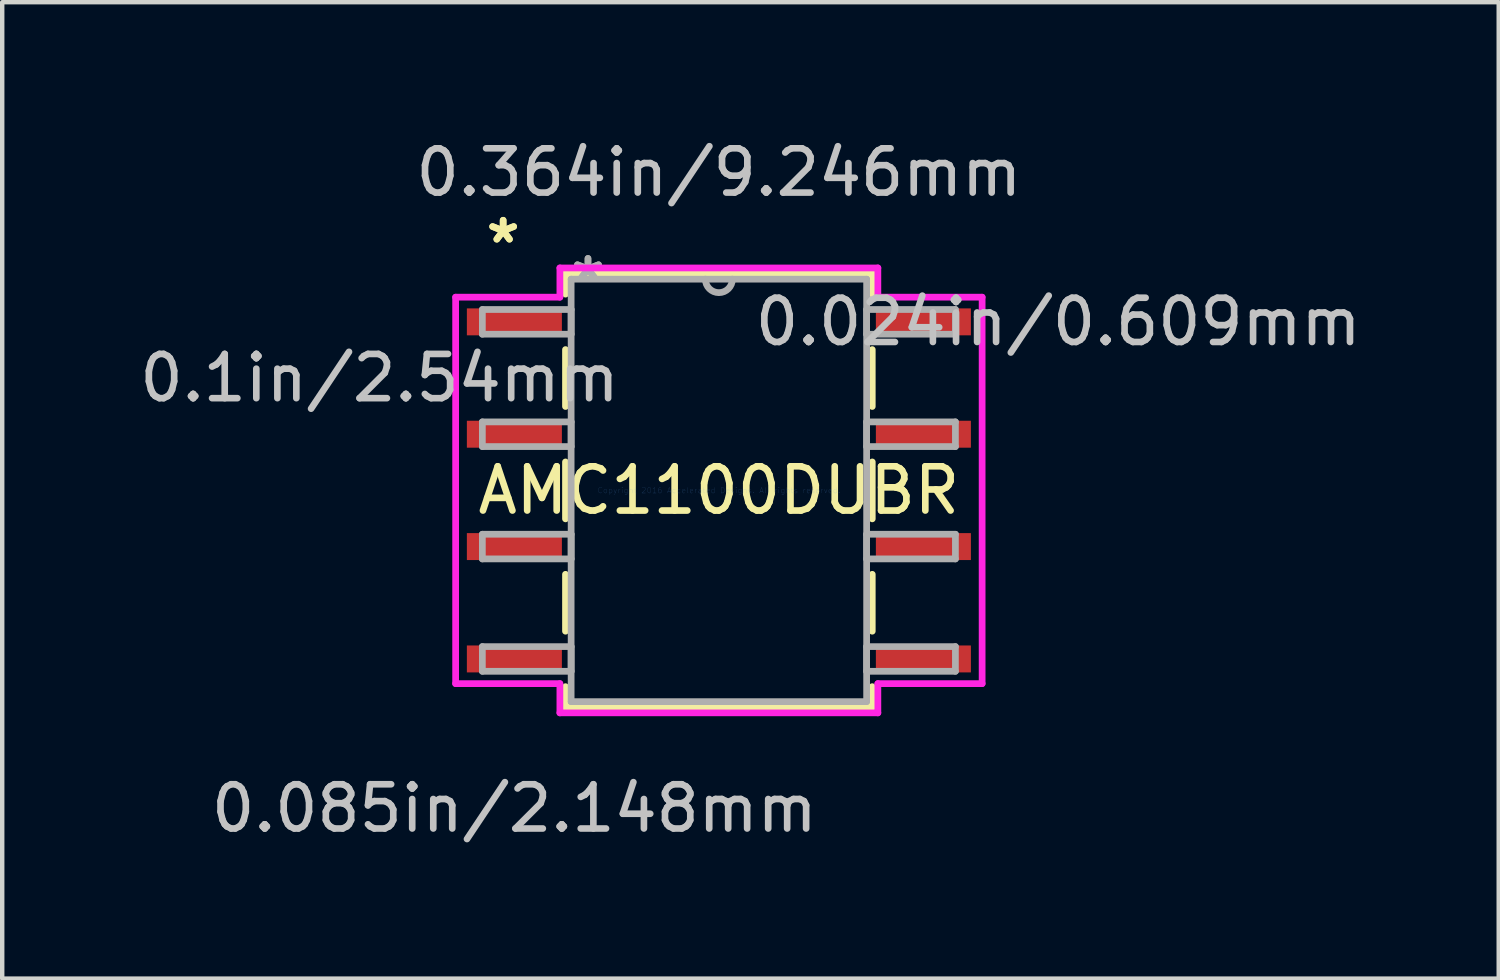
<source format=kicad_pcb>
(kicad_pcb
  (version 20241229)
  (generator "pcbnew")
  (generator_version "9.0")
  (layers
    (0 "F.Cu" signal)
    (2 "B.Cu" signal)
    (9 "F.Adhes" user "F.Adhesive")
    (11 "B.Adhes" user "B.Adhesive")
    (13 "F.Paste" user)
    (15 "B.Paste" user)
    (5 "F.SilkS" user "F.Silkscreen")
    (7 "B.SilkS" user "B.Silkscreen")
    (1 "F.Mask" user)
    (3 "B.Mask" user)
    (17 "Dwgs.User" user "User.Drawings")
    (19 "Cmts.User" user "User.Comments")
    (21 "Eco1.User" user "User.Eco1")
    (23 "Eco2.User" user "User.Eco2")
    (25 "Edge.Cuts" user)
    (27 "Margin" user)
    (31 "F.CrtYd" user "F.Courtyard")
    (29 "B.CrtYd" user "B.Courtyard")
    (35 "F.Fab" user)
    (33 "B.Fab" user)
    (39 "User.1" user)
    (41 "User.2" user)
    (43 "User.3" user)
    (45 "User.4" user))
  (footprint "AMC1100DUBR"
    (layer "F.Cu")
    (at 13.201 8.036)
    (property "Reference" "AMC1100DUBR" (at 0 0 0) (layer "F.SilkS") (effects (font (size 1 1) (thickness 0.15))))
    (attr through_hole)
    (fp_line (start -3.467 -4.902) (end -3.467 -4.437) (stroke (width 0.152) (type solid)) (layer "F.SilkS"))
    (fp_line (start -3.467 -3.183) (end -3.467 -1.897) (stroke (width 0.152) (type solid)) (layer "F.SilkS"))
    (fp_line (start -3.467 -0.643) (end -3.467 0.643) (stroke (width 0.152) (type solid)) (layer "F.SilkS"))
    (fp_line (start -3.467 1.897) (end -3.467 3.183) (stroke (width 0.152) (type solid)) (layer "F.SilkS"))
    (fp_line (start -3.467 4.437) (end -3.467 4.902) (stroke (width 0.152) (type solid)) (layer "F.SilkS"))
    (fp_line (start -3.467 4.902) (end 3.467 4.902) (stroke (width 0.152) (type solid)) (layer "F.SilkS"))
    (fp_line (start 3.467 -4.902) (end -3.467 -4.902) (stroke (width 0.152) (type solid)) (layer "F.SilkS"))
    (fp_line (start 3.467 -4.437) (end 3.467 -4.902) (stroke (width 0.152) (type solid)) (layer "F.SilkS"))
    (fp_line (start 3.467 -1.897) (end 3.467 -3.183) (stroke (width 0.152) (type solid)) (layer "F.SilkS"))
    (fp_line (start 3.467 0.643) (end 3.467 -0.643) (stroke (width 0.152) (type solid)) (layer "F.SilkS"))
    (fp_line (start 3.467 3.183) (end 3.467 1.897) (stroke (width 0.152) (type solid)) (layer "F.SilkS"))
    (fp_line (start 3.467 4.902) (end 3.467 4.437) (stroke (width 0.152) (type solid)) (layer "F.SilkS"))
    (fp_line (start -5.951 -4.368) (end -3.594 -4.368) (stroke (width 0.152) (type solid)) (layer "F.CrtYd"))
    (fp_line (start -5.951 4.368) (end -5.951 -4.368) (stroke (width 0.152) (type solid)) (layer "F.CrtYd"))
    (fp_line (start -3.594 -5.029) (end 3.594 -5.029) (stroke (width 0.152) (type solid)) (layer "F.CrtYd"))
    (fp_line (start -3.594 -4.368) (end -3.594 -5.029) (stroke (width 0.152) (type solid)) (layer "F.CrtYd"))
    (fp_line (start -3.594 4.368) (end -5.951 4.368) (stroke (width 0.152) (type solid)) (layer "F.CrtYd"))
    (fp_line (start -3.594 5.029) (end -3.594 4.368) (stroke (width 0.152) (type solid)) (layer "F.CrtYd"))
    (fp_line (start 3.594 -5.029) (end 3.594 -4.368) (stroke (width 0.152) (type solid)) (layer "F.CrtYd"))
    (fp_line (start 3.594 -4.368) (end 5.951 -4.368) (stroke (width 0.152) (type solid)) (layer "F.CrtYd"))
    (fp_line (start 3.594 4.368) (end 3.594 5.029) (stroke (width 0.152) (type solid)) (layer "F.CrtYd"))
    (fp_line (start 3.594 5.029) (end -3.594 5.029) (stroke (width 0.152) (type solid)) (layer "F.CrtYd"))
    (fp_line (start 5.951 -4.368) (end 5.951 4.368) (stroke (width 0.152) (type solid)) (layer "F.CrtYd"))
    (fp_line (start 5.951 4.368) (end 3.594 4.368) (stroke (width 0.152) (type solid)) (layer "F.CrtYd"))
    (fp_line (start -5.347 -4.089) (end -5.347 -3.531) (stroke (width 0.152) (type solid)) (layer "F.Fab"))
    (fp_line (start -5.347 -3.531) (end -3.34 -3.531) (stroke (width 0.152) (type solid)) (layer "F.Fab"))
    (fp_line (start -5.347 -1.549) (end -5.347 -0.991) (stroke (width 0.152) (type solid)) (layer "F.Fab"))
    (fp_line (start -5.347 -0.991) (end -3.34 -0.991) (stroke (width 0.152) (type solid)) (layer "F.Fab"))
    (fp_line (start -5.347 0.991) (end -5.347 1.549) (stroke (width 0.152) (type solid)) (layer "F.Fab"))
    (fp_line (start -5.347 1.549) (end -3.34 1.549) (stroke (width 0.152) (type solid)) (layer "F.Fab"))
    (fp_line (start -5.347 3.531) (end -5.347 4.089) (stroke (width 0.152) (type solid)) (layer "F.Fab"))
    (fp_line (start -5.347 4.089) (end -3.34 4.089) (stroke (width 0.152) (type solid)) (layer "F.Fab"))
    (fp_line (start -3.34 -4.775) (end -3.34 4.775) (stroke (width 0.152) (type solid)) (layer "F.Fab"))
    (fp_line (start -3.34 -4.089) (end -5.347 -4.089) (stroke (width 0.152) (type solid)) (layer "F.Fab"))
    (fp_line (start -3.34 -3.531) (end -3.34 -4.089) (stroke (width 0.152) (type solid)) (layer "F.Fab"))
    (fp_line (start -3.34 -1.549) (end -5.347 -1.549) (stroke (width 0.152) (type solid)) (layer "F.Fab"))
    (fp_line (start -3.34 -0.991) (end -3.34 -1.549) (stroke (width 0.152) (type solid)) (layer "F.Fab"))
    (fp_line (start -3.34 0.991) (end -5.347 0.991) (stroke (width 0.152) (type solid)) (layer "F.Fab"))
    (fp_line (start -3.34 1.549) (end -3.34 0.991) (stroke (width 0.152) (type solid)) (layer "F.Fab"))
    (fp_line (start -3.34 3.531) (end -5.347 3.531) (stroke (width 0.152) (type solid)) (layer "F.Fab"))
    (fp_line (start -3.34 4.089) (end -3.34 3.531) (stroke (width 0.152) (type solid)) (layer "F.Fab"))
    (fp_line (start -3.34 4.775) (end 3.34 4.775) (stroke (width 0.152) (type solid)) (layer "F.Fab"))
    (fp_line (start 3.34 -4.775) (end -3.34 -4.775) (stroke (width 0.152) (type solid)) (layer "F.Fab"))
    (fp_line (start 3.34 -4.089) (end 3.34 -3.531) (stroke (width 0.152) (type solid)) (layer "F.Fab"))
    (fp_line (start 3.34 -3.531) (end 5.347 -3.531) (stroke (width 0.152) (type solid)) (layer "F.Fab"))
    (fp_line (start 3.34 -1.549) (end 3.34 -0.991) (stroke (width 0.152) (type solid)) (layer "F.Fab"))
    (fp_line (start 3.34 -0.991) (end 5.347 -0.991) (stroke (width 0.152) (type solid)) (layer "F.Fab"))
    (fp_line (start 3.34 0.991) (end 3.34 1.549) (stroke (width 0.152) (type solid)) (layer "F.Fab"))
    (fp_line (start 3.34 1.549) (end 5.347 1.549) (stroke (width 0.152) (type solid)) (layer "F.Fab"))
    (fp_line (start 3.34 3.531) (end 3.34 4.089) (stroke (width 0.152) (type solid)) (layer "F.Fab"))
    (fp_line (start 3.34 4.089) (end 5.347 4.089) (stroke (width 0.152) (type solid)) (layer "F.Fab"))
    (fp_line (start 3.34 4.775) (end 3.34 -4.775) (stroke (width 0.152) (type solid)) (layer "F.Fab"))
    (fp_line (start 5.347 -4.089) (end 3.34 -4.089) (stroke (width 0.152) (type solid)) (layer "F.Fab"))
    (fp_line (start 5.347 -3.531) (end 5.347 -4.089) (stroke (width 0.152) (type solid)) (layer "F.Fab"))
    (fp_line (start 5.347 -1.549) (end 3.34 -1.549) (stroke (width 0.152) (type solid)) (layer "F.Fab"))
    (fp_line (start 5.347 -0.991) (end 5.347 -1.549) (stroke (width 0.152) (type solid)) (layer "F.Fab"))
    (fp_line (start 5.347 0.991) (end 3.34 0.991) (stroke (width 0.152) (type solid)) (layer "F.Fab"))
    (fp_line (start 5.347 1.549) (end 5.347 0.991) (stroke (width 0.152) (type solid)) (layer "F.Fab"))
    (fp_line (start 5.347 3.531) (end 3.34 3.531) (stroke (width 0.152) (type solid)) (layer "F.Fab"))
    (fp_line (start 5.347 4.089) (end 5.347 3.531) (stroke (width 0.152) (type solid)) (layer "F.Fab"))
    (fp_arc (start 0.3048 -4.7752) (mid 0 -4.4704) (end -0.3048 -4.7752) (stroke (width 0.1524) (type solid)) (layer "F.Fab"))
    (fp_text user "*" (at -4.877 -5.562 0) (layer "F.SilkS") (effects (font (size 1 1) (thickness 0.15))))
    (fp_text user "*" (at -4.877 -5.562 0) (layer "F.SilkS") (effects (font (size 1 1) (thickness 0.15))))
    (fp_text user "0.364in/9.246mm" (at 0 -7.188 0) (layer "Dwgs.User") (effects (font (size 1 1) (thickness 0.15))))
    (fp_text user "0.024in/0.609mm" (at 7.671 -3.81 0) (layer "Dwgs.User") (effects (font (size 1 1) (thickness 0.15))))
    (fp_text user "0.1in/2.54mm" (at -7.671 -2.54 0) (layer "Dwgs.User") (effects (font (size 1 1) (thickness 0.15))))
    (fp_text user "0.085in/2.148mm" (at -4.623 7.188 0) (layer "Dwgs.User") (effects (font (size 1 1) (thickness 0.15))))
    (fp_text user "Copyright 2016 Accelerated Designs. All rights reserved." (at 0 0 0) (layer "Cmts.User") (effects (font (size 0.127 0.127) (thickness 0.002))))
    (fp_text user "*" (at -2.959 -4.699 0) (layer "F.Fab") (effects (font (size 1 1) (thickness 0.15))))
    (fp_text user "*" (at -2.959 -4.699 0) (layer "F.Fab") (effects (font (size 1 1) (thickness 0.15))))
    (pad "1" smd rect (at -4.623 -3.81) (size 2.148 0.609) (layers "F.Cu" "F.Mask" "F.Paste"))
    (pad "2" smd rect (at -4.623 -1.27) (size 2.148 0.609) (layers "F.Cu" "F.Mask" "F.Paste"))
    (pad "3" smd rect (at -4.623 1.27) (size 2.148 0.609) (layers "F.Cu" "F.Mask" "F.Paste"))
    (pad "4" smd rect (at -4.623 3.81) (size 2.148 0.609) (layers "F.Cu" "F.Mask" "F.Paste"))
    (pad "5" smd rect (at 4.623 3.81) (size 2.148 0.609) (layers "F.Cu" "F.Mask" "F.Paste"))
    (pad "6" smd rect (at 4.623 1.27) (size 2.148 0.609) (layers "F.Cu" "F.Mask" "F.Paste"))
    (pad "7" smd rect (at 4.623 -1.27) (size 2.148 0.609) (layers "F.Cu" "F.Mask" "F.Paste"))
    (pad "8" smd rect (at 4.623 -3.81) (size 2.148 0.609) (layers "F.Cu" "F.Mask" "F.Paste")))
  (gr_rect
    (start -3 -3)
    (end 30.83 19.073)
    (stroke (width 0.1) (type default))
    (fill no)
    (layer "Edge.Cuts")))
</source>
